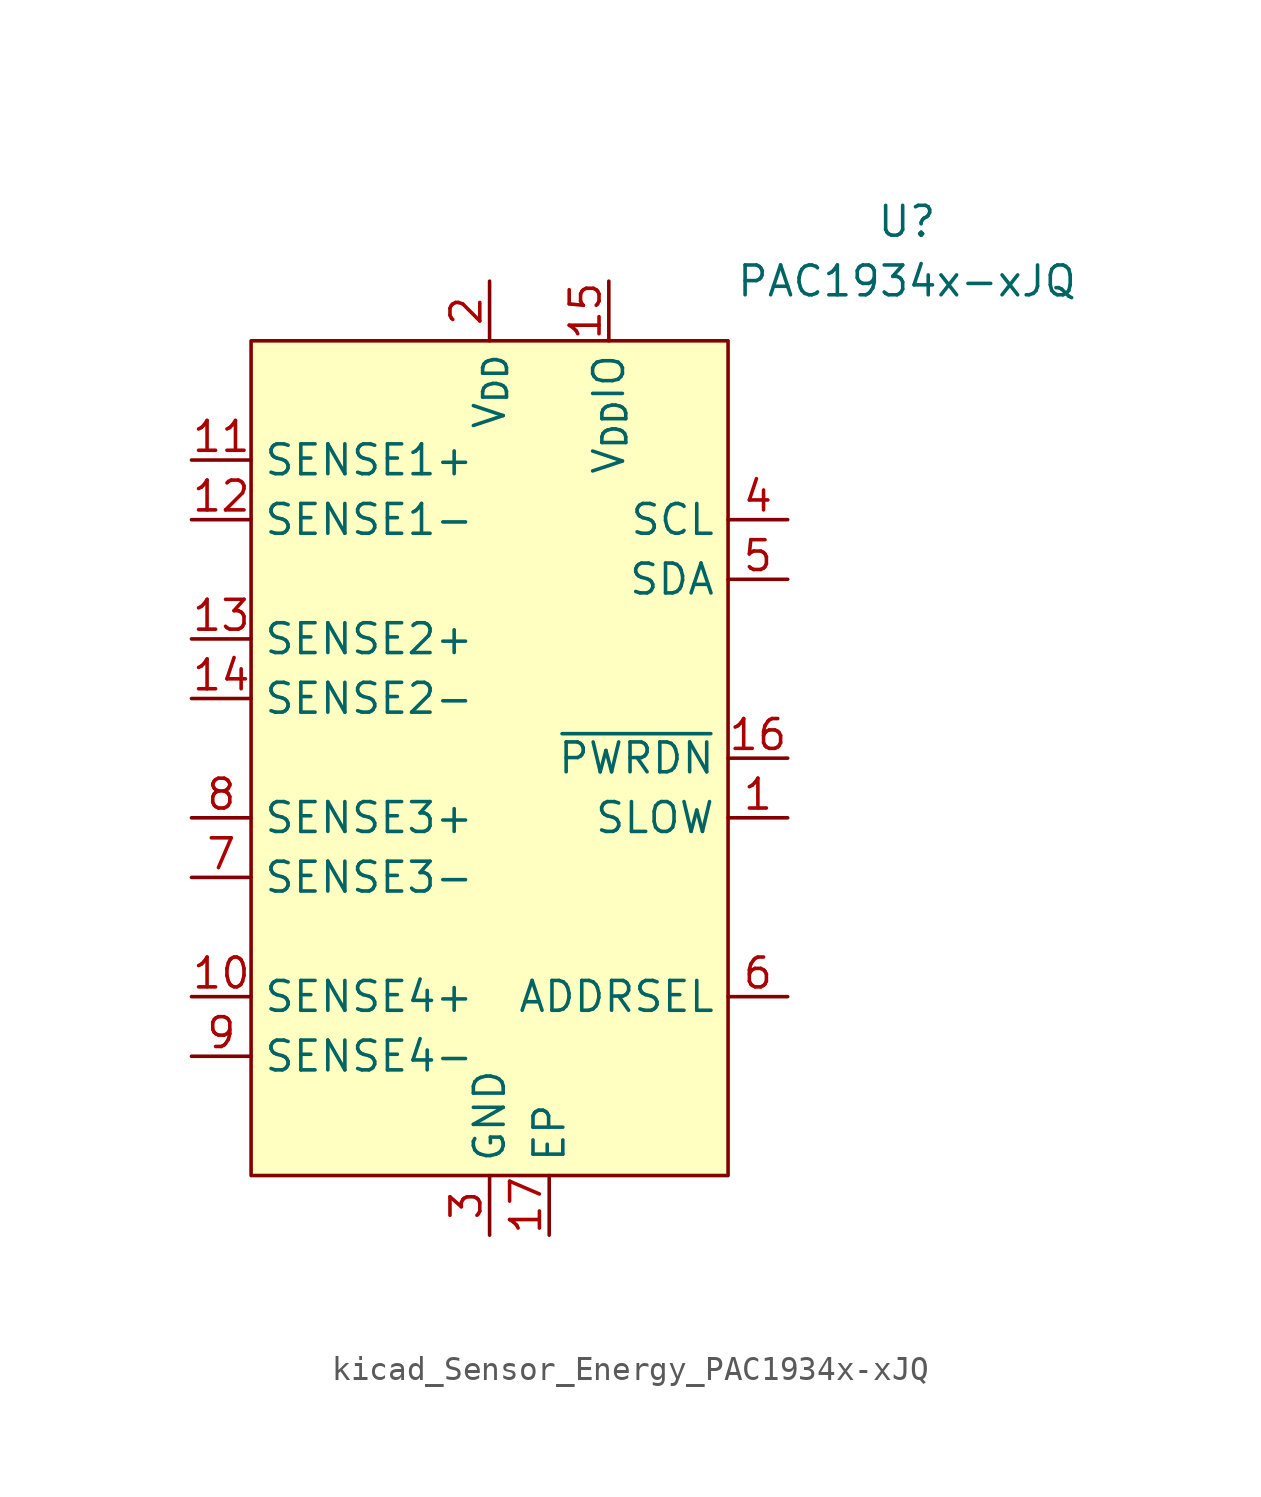
<source format=kicad_sym>
(kicad_symbol_lib
  (version 20220914)
  (generator kicad_symbol_editor)
  (symbol "kicad_Sensor_Energy_PAC1934x-xJQ"
    (property "Reference" "U"
      (at 17.78 22.86 0)
      (effects (font (size 1.27 1.27))))
    (property "Value" "PAC1934x-xJQ"
      (at 17.78 20.32 0)
      (effects (font (size 1.27 1.27))))
    (symbol "kicad_Sensor_Energy_PAC1934x-xJQ_0_0"
      (pin input line (at 12.7 -2.54 180) (length 2.54) (name "SLOW" (effects (font (size 1.27 1.27)))) (number "1" (effects (font (size 1.27 1.27)))) (alternate "~{ALERT1}" open_collector line))
      (pin input line (at -12.7 -10.16 0) (length 2.54) (name "SENSE4+" (effects (font (size 1.27 1.27)))) (number "10" (effects (font (size 1.27 1.27)))))
      (pin input line (at -12.7 12.7 0) (length 2.54) (name "SENSE1+" (effects (font (size 1.27 1.27)))) (number "11" (effects (font (size 1.27 1.27)))))
      (pin input line (at -12.7 10.16 0) (length 2.54) (name "SENSE1-" (effects (font (size 1.27 1.27)))) (number "12" (effects (font (size 1.27 1.27)))))
      (pin input line (at -12.7 5.08 0) (length 2.54) (name "SENSE2+" (effects (font (size 1.27 1.27)))) (number "13" (effects (font (size 1.27 1.27)))))
      (pin input line (at -12.7 2.54 0) (length 2.54) (name "SENSE2-" (effects (font (size 1.27 1.27)))) (number "14" (effects (font (size 1.27 1.27)))))
      (pin input line (at 5.08 20.32 270) (length 2.54) (name "V_{DD}IO" (effects (font (size 1.27 1.27)))) (number "15" (effects (font (size 1.27 1.27)))))
      (pin input line (at 12.7 0 180) (length 2.54) (name "~{PWRDN}" (effects (font (size 1.27 1.27)))) (number "16" (effects (font (size 1.27 1.27)))))
      (pin passive line (at 2.54 -20.32 90) (length 2.54) (name "EP" (effects (font (size 1.27 1.27)))) (number "17" (effects (font (size 1.27 1.27)))))
      (pin power_in line (at 0 20.32 270) (length 2.54) (name "V_{DD}" (effects (font (size 1.27 1.27)))) (number "2" (effects (font (size 1.27 1.27)))))
      (pin power_in line (at 0 -20.32 90) (length 2.54) (name "GND" (effects (font (size 1.27 1.27)))) (number "3" (effects (font (size 1.27 1.27)))))
      (pin input line (at 12.7 10.16 180) (length 2.54) (name "SCL" (effects (font (size 1.27 1.27)))) (number "4" (effects (font (size 1.27 1.27)))) (alternate "SM_CLK" input line))
      (pin bidirectional line (at 12.7 7.62 180) (length 2.54) (name "SDA" (effects (font (size 1.27 1.27)))) (number "5" (effects (font (size 1.27 1.27)))) (alternate "SM_DATA" bidirectional line))
      (pin passive line (at 12.7 -10.16 180) (length 2.54) (name "ADDRSEL" (effects (font (size 1.27 1.27)))) (number "6" (effects (font (size 1.27 1.27)))))
      (pin input line (at -12.7 -5.08 0) (length 2.54) (name "SENSE3-" (effects (font (size 1.27 1.27)))) (number "7" (effects (font (size 1.27 1.27)))))
      (pin input line (at -12.7 -2.54 0) (length 2.54) (name "SENSE3+" (effects (font (size 1.27 1.27)))) (number "8" (effects (font (size 1.27 1.27)))))
      (pin input line (at -12.7 -12.7 0) (length 2.54) (name "SENSE4-" (effects (font (size 1.27 1.27)))) (number "9" (effects (font (size 1.27 1.27))))))
    (symbol "kicad_Sensor_Energy_PAC1934x-xJQ_0_1"
      (rectangle (start -10.16 17.78) (end 10.16 -17.78) (stroke (width 0) (type default)) (fill (type background))))))
</source>
